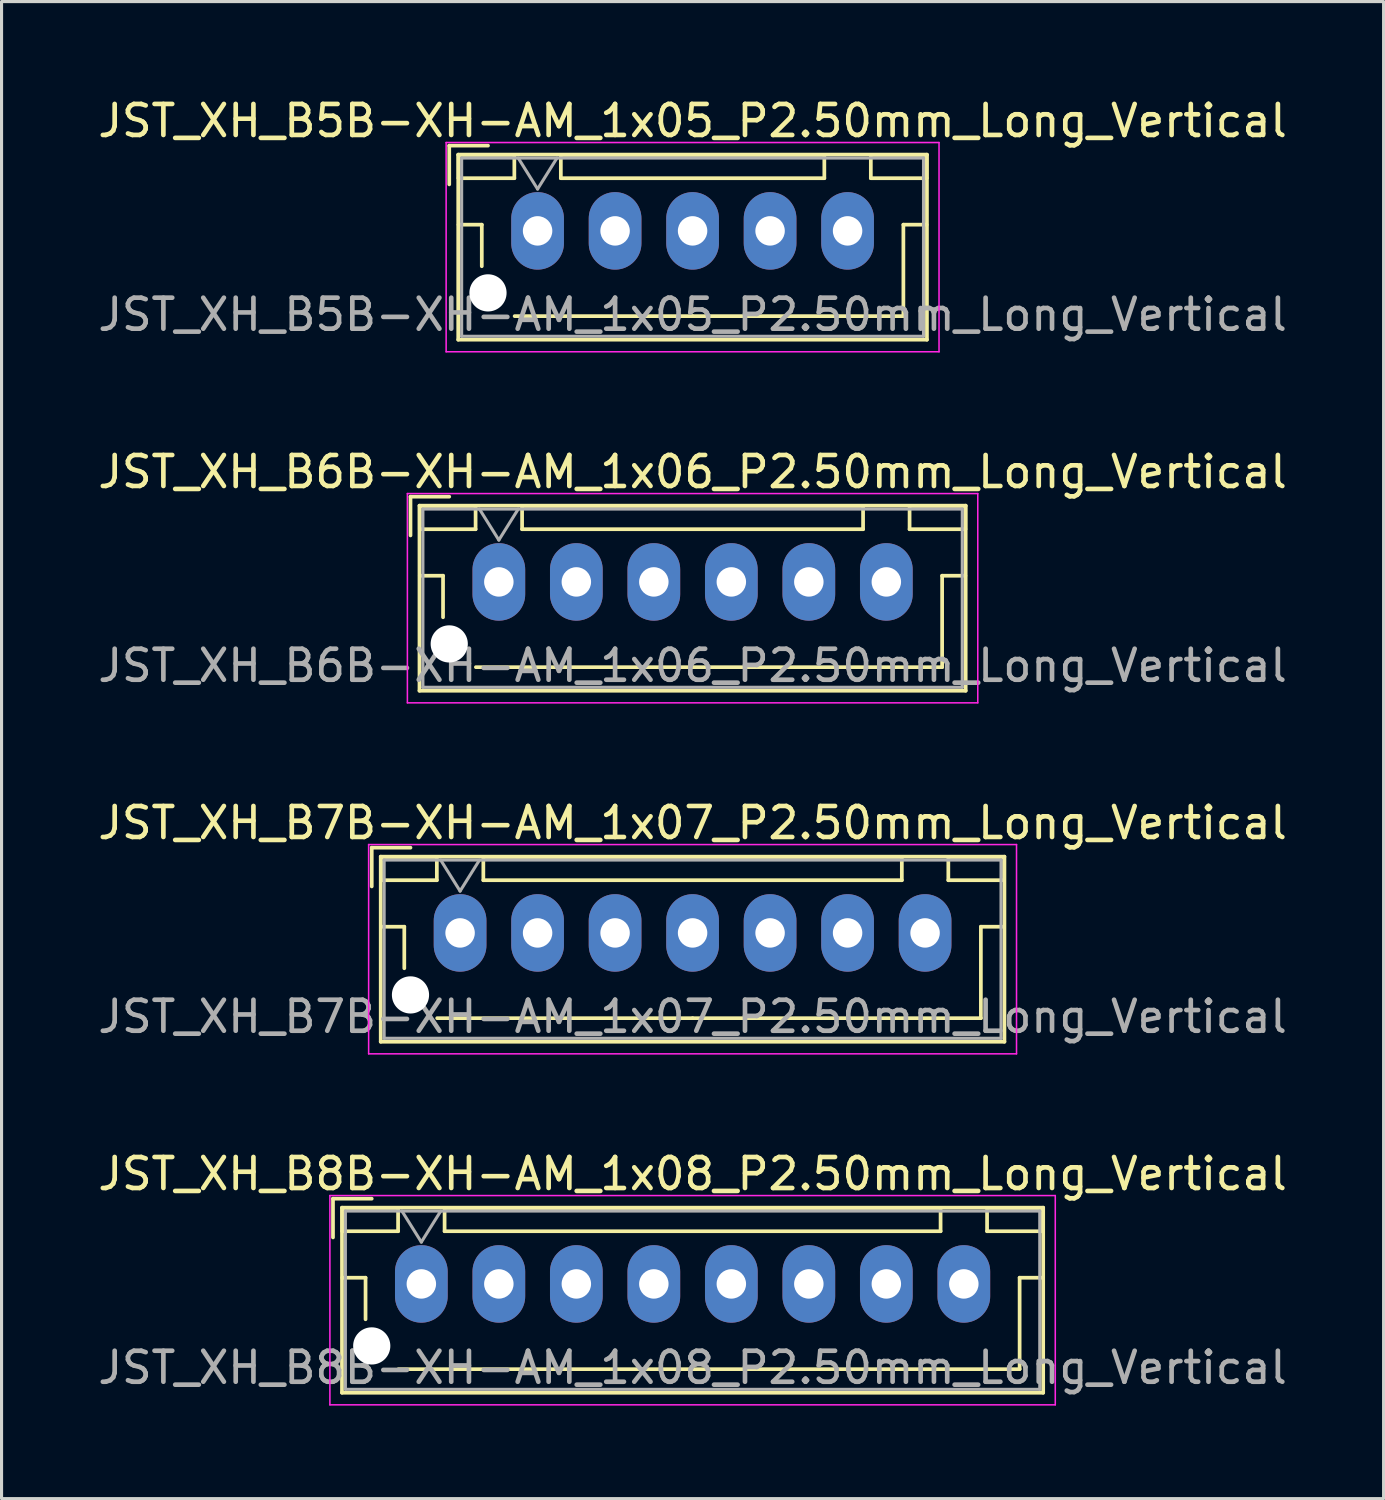
<source format=kicad_pcb>
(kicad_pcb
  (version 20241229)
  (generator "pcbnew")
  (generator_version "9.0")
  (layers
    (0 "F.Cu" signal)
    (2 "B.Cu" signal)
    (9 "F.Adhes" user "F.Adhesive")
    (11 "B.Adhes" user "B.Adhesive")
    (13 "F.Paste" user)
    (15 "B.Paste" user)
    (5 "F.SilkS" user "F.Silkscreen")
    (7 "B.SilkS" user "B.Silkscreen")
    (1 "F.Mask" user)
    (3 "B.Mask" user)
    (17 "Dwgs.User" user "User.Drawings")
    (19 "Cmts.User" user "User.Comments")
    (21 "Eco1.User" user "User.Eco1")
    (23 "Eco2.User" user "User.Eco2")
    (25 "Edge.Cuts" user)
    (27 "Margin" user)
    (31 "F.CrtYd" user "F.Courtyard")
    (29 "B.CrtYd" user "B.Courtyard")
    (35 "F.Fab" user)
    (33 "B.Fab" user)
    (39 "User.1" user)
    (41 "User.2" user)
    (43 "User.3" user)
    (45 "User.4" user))
  (footprint "JST_XH_B6B-XH-AM_1x06_P2.50mm_Long_Vertical"
    (layer "F.Cu")
    (at 13.042 15.722)
    (property "Reference" "JST_XH_B6B-XH-AM_1x06_P2.50mm_Long_Vertical" (at 6.25 -3.55 0) (layer "F.SilkS") (effects (font (size 1 1) (thickness 0.15))))
    (attr through_hole)
    (fp_line (start -2.85 -2.75) (end -2.85 -1.5) (stroke (width 0.12) (type solid)) (layer "F.SilkS"))
    (fp_line (start -2.56 -2.46) (end -2.56 3.51) (stroke (width 0.12) (type solid)) (layer "F.SilkS"))
    (fp_line (start -2.56 3.51) (end 15.06 3.51) (stroke (width 0.12) (type solid)) (layer "F.SilkS"))
    (fp_line (start -2.55 -2.45) (end -2.55 -1.7) (stroke (width 0.12) (type solid)) (layer "F.SilkS"))
    (fp_line (start -2.55 -1.7) (end -0.75 -1.7) (stroke (width 0.12) (type solid)) (layer "F.SilkS"))
    (fp_line (start -2.55 -0.2) (end -1.8 -0.2) (stroke (width 0.12) (type solid)) (layer "F.SilkS"))
    (fp_line (start -1.8 -0.2) (end -1.8 1.14) (stroke (width 0.12) (type solid)) (layer "F.SilkS"))
    (fp_line (start -1.6 -2.75) (end -2.85 -2.75) (stroke (width 0.12) (type solid)) (layer "F.SilkS"))
    (fp_line (start -0.75 -2.45) (end -2.55 -2.45) (stroke (width 0.12) (type solid)) (layer "F.SilkS"))
    (fp_line (start -0.75 -1.7) (end -0.75 -2.45) (stroke (width 0.12) (type solid)) (layer "F.SilkS"))
    (fp_line (start 0.75 -2.45) (end 0.75 -1.7) (stroke (width 0.12) (type solid)) (layer "F.SilkS"))
    (fp_line (start 0.75 -1.7) (end 11.75 -1.7) (stroke (width 0.12) (type solid)) (layer "F.SilkS"))
    (fp_line (start 6.25 2.75) (end -0.74 2.75) (stroke (width 0.12) (type solid)) (layer "F.SilkS"))
    (fp_line (start 11.75 -2.45) (end 0.75 -2.45) (stroke (width 0.12) (type solid)) (layer "F.SilkS"))
    (fp_line (start 11.75 -1.7) (end 11.75 -2.45) (stroke (width 0.12) (type solid)) (layer "F.SilkS"))
    (fp_line (start 13.25 -2.45) (end 13.25 -1.7) (stroke (width 0.12) (type solid)) (layer "F.SilkS"))
    (fp_line (start 13.25 -1.7) (end 15.05 -1.7) (stroke (width 0.12) (type solid)) (layer "F.SilkS"))
    (fp_line (start 14.3 -0.2) (end 14.3 2.75) (stroke (width 0.12) (type solid)) (layer "F.SilkS"))
    (fp_line (start 14.3 2.75) (end 6.25 2.75) (stroke (width 0.12) (type solid)) (layer "F.SilkS"))
    (fp_line (start 15.05 -2.45) (end 13.25 -2.45) (stroke (width 0.12) (type solid)) (layer "F.SilkS"))
    (fp_line (start 15.05 -1.7) (end 15.05 -2.45) (stroke (width 0.12) (type solid)) (layer "F.SilkS"))
    (fp_line (start 15.05 -0.2) (end 14.3 -0.2) (stroke (width 0.12) (type solid)) (layer "F.SilkS"))
    (fp_line (start 15.06 -2.46) (end -2.56 -2.46) (stroke (width 0.12) (type solid)) (layer "F.SilkS"))
    (fp_line (start 15.06 3.51) (end 15.06 -2.46) (stroke (width 0.12) (type solid)) (layer "F.SilkS"))
    (fp_line (start -2.95 -2.85) (end -2.95 3.9) (stroke (width 0.05) (type solid)) (layer "F.CrtYd"))
    (fp_line (start -2.95 3.9) (end 15.45 3.9) (stroke (width 0.05) (type solid)) (layer "F.CrtYd"))
    (fp_line (start 15.45 -2.85) (end -2.95 -2.85) (stroke (width 0.05) (type solid)) (layer "F.CrtYd"))
    (fp_line (start 15.45 3.9) (end 15.45 -2.85) (stroke (width 0.05) (type solid)) (layer "F.CrtYd"))
    (fp_line (start -2.45 -2.35) (end -2.45 3.4) (stroke (width 0.1) (type solid)) (layer "F.Fab"))
    (fp_line (start -2.45 3.4) (end 14.95 3.4) (stroke (width 0.1) (type solid)) (layer "F.Fab"))
    (fp_line (start -0.625 -2.35) (end 0 -1.35) (stroke (width 0.1) (type solid)) (layer "F.Fab"))
    (fp_line (start 0 -1.35) (end 0.625 -2.35) (stroke (width 0.1) (type solid)) (layer "F.Fab"))
    (fp_line (start 14.95 -2.35) (end -2.45 -2.35) (stroke (width 0.1) (type solid)) (layer "F.Fab"))
    (fp_line (start 14.95 3.4) (end 14.95 -2.35) (stroke (width 0.1) (type solid)) (layer "F.Fab"))
    (fp_text user "${REFERENCE}" (at 6.25 2.7 0) (layer "F.Fab") (effects (font (size 1 1) (thickness 0.15))))
    (pad "" np_thru_hole circle (at -1.6 2) (size 1.2 1.2) (drill 1.2) (layers "*.Cu" "*.Mask"))
    (pad "1" thru_hole oval (at 0 0) (size 1.7 2.5) (drill 0.95) (layers "*.Cu" "*.Mask"))
    (pad "2" thru_hole oval (at 2.5 0) (size 1.7 2.5) (drill 0.95) (layers "*.Cu" "*.Mask"))
    (pad "3" thru_hole oval (at 5 0) (size 1.7 2.5) (drill 0.95) (layers "*.Cu" "*.Mask"))
    (pad "4" thru_hole oval (at 7.5 0) (size 1.7 2.5) (drill 0.95) (layers "*.Cu" "*.Mask"))
    (pad "5" thru_hole oval (at 10 0) (size 1.7 2.5) (drill 0.95) (layers "*.Cu" "*.Mask"))
    (pad "6" thru_hole oval (at 12.5 0) (size 1.7 2.5) (drill 0.95) (layers "*.Cu" "*.Mask")))
  (footprint "JST_XH_B8B-XH-AM_1x08_P2.50mm_Long_Vertical"
    (layer "F.Cu")
    (at 10.542 38.368)
    (property "Reference" "JST_XH_B8B-XH-AM_1x08_P2.50mm_Long_Vertical" (at 8.75 -3.55 0) (layer "F.SilkS") (effects (font (size 1 1) (thickness 0.15))))
    (attr through_hole)
    (fp_line (start -2.85 -2.75) (end -2.85 -1.5) (stroke (width 0.12) (type solid)) (layer "F.SilkS"))
    (fp_line (start -2.56 -2.46) (end -2.56 3.51) (stroke (width 0.12) (type solid)) (layer "F.SilkS"))
    (fp_line (start -2.56 3.51) (end 20.06 3.51) (stroke (width 0.12) (type solid)) (layer "F.SilkS"))
    (fp_line (start -2.55 -2.45) (end -2.55 -1.7) (stroke (width 0.12) (type solid)) (layer "F.SilkS"))
    (fp_line (start -2.55 -1.7) (end -0.75 -1.7) (stroke (width 0.12) (type solid)) (layer "F.SilkS"))
    (fp_line (start -2.55 -0.2) (end -1.8 -0.2) (stroke (width 0.12) (type solid)) (layer "F.SilkS"))
    (fp_line (start -1.8 -0.2) (end -1.8 1.14) (stroke (width 0.12) (type solid)) (layer "F.SilkS"))
    (fp_line (start -1.6 -2.75) (end -2.85 -2.75) (stroke (width 0.12) (type solid)) (layer "F.SilkS"))
    (fp_line (start -0.75 -2.45) (end -2.55 -2.45) (stroke (width 0.12) (type solid)) (layer "F.SilkS"))
    (fp_line (start -0.75 -1.7) (end -0.75 -2.45) (stroke (width 0.12) (type solid)) (layer "F.SilkS"))
    (fp_line (start 0.75 -2.45) (end 0.75 -1.7) (stroke (width 0.12) (type solid)) (layer "F.SilkS"))
    (fp_line (start 0.75 -1.7) (end 16.75 -1.7) (stroke (width 0.12) (type solid)) (layer "F.SilkS"))
    (fp_line (start 8.75 2.75) (end -0.74 2.75) (stroke (width 0.12) (type solid)) (layer "F.SilkS"))
    (fp_line (start 16.75 -2.45) (end 0.75 -2.45) (stroke (width 0.12) (type solid)) (layer "F.SilkS"))
    (fp_line (start 16.75 -1.7) (end 16.75 -2.45) (stroke (width 0.12) (type solid)) (layer "F.SilkS"))
    (fp_line (start 18.25 -2.45) (end 18.25 -1.7) (stroke (width 0.12) (type solid)) (layer "F.SilkS"))
    (fp_line (start 18.25 -1.7) (end 20.05 -1.7) (stroke (width 0.12) (type solid)) (layer "F.SilkS"))
    (fp_line (start 19.3 -0.2) (end 19.3 2.75) (stroke (width 0.12) (type solid)) (layer "F.SilkS"))
    (fp_line (start 19.3 2.75) (end 8.75 2.75) (stroke (width 0.12) (type solid)) (layer "F.SilkS"))
    (fp_line (start 20.05 -2.45) (end 18.25 -2.45) (stroke (width 0.12) (type solid)) (layer "F.SilkS"))
    (fp_line (start 20.05 -1.7) (end 20.05 -2.45) (stroke (width 0.12) (type solid)) (layer "F.SilkS"))
    (fp_line (start 20.05 -0.2) (end 19.3 -0.2) (stroke (width 0.12) (type solid)) (layer "F.SilkS"))
    (fp_line (start 20.06 -2.46) (end -2.56 -2.46) (stroke (width 0.12) (type solid)) (layer "F.SilkS"))
    (fp_line (start 20.06 3.51) (end 20.06 -2.46) (stroke (width 0.12) (type solid)) (layer "F.SilkS"))
    (fp_line (start -2.95 -2.85) (end -2.95 3.9) (stroke (width 0.05) (type solid)) (layer "F.CrtYd"))
    (fp_line (start -2.95 3.9) (end 20.45 3.9) (stroke (width 0.05) (type solid)) (layer "F.CrtYd"))
    (fp_line (start 20.45 -2.85) (end -2.95 -2.85) (stroke (width 0.05) (type solid)) (layer "F.CrtYd"))
    (fp_line (start 20.45 3.9) (end 20.45 -2.85) (stroke (width 0.05) (type solid)) (layer "F.CrtYd"))
    (fp_line (start -2.45 -2.35) (end -2.45 3.4) (stroke (width 0.1) (type solid)) (layer "F.Fab"))
    (fp_line (start -2.45 3.4) (end 19.95 3.4) (stroke (width 0.1) (type solid)) (layer "F.Fab"))
    (fp_line (start -0.625 -2.35) (end 0 -1.35) (stroke (width 0.1) (type solid)) (layer "F.Fab"))
    (fp_line (start 0 -1.35) (end 0.625 -2.35) (stroke (width 0.1) (type solid)) (layer "F.Fab"))
    (fp_line (start 19.95 -2.35) (end -2.45 -2.35) (stroke (width 0.1) (type solid)) (layer "F.Fab"))
    (fp_line (start 19.95 3.4) (end 19.95 -2.35) (stroke (width 0.1) (type solid)) (layer "F.Fab"))
    (fp_text user "${REFERENCE}" (at 8.75 2.7 0) (layer "F.Fab") (effects (font (size 1 1) (thickness 0.15))))
    (pad "" np_thru_hole circle (at -1.6 2) (size 1.2 1.2) (drill 1.2) (layers "*.Cu" "*.Mask"))
    (pad "1" thru_hole oval (at 0 0) (size 1.7 2.5) (drill 0.95) (layers "*.Cu" "*.Mask"))
    (pad "2" thru_hole oval (at 2.5 0) (size 1.7 2.5) (drill 0.95) (layers "*.Cu" "*.Mask"))
    (pad "3" thru_hole oval (at 5 0) (size 1.7 2.5) (drill 0.95) (layers "*.Cu" "*.Mask"))
    (pad "4" thru_hole oval (at 7.5 0) (size 1.7 2.5) (drill 0.95) (layers "*.Cu" "*.Mask"))
    (pad "5" thru_hole oval (at 10 0) (size 1.7 2.5) (drill 0.95) (layers "*.Cu" "*.Mask"))
    (pad "6" thru_hole oval (at 12.5 0) (size 1.7 2.5) (drill 0.95) (layers "*.Cu" "*.Mask"))
    (pad "7" thru_hole oval (at 15 0) (size 1.7 2.5) (drill 0.95) (layers "*.Cu" "*.Mask"))
    (pad "8" thru_hole oval (at 17.5 0) (size 1.7 2.5) (drill 0.95) (layers "*.Cu" "*.Mask")))
  (footprint "JST_XH_B5B-XH-AM_1x05_P2.50mm_Long_Vertical"
    (layer "F.Cu")
    (at 14.292 4.398)
    (property "Reference" "JST_XH_B5B-XH-AM_1x05_P2.50mm_Long_Vertical" (at 5 -3.55 0) (layer "F.SilkS") (effects (font (size 1 1) (thickness 0.15))))
    (attr through_hole)
    (fp_line (start -2.85 -2.75) (end -2.85 -1.5) (stroke (width 0.12) (type solid)) (layer "F.SilkS"))
    (fp_line (start -2.56 -2.46) (end -2.56 3.51) (stroke (width 0.12) (type solid)) (layer "F.SilkS"))
    (fp_line (start -2.56 3.51) (end 12.56 3.51) (stroke (width 0.12) (type solid)) (layer "F.SilkS"))
    (fp_line (start -2.55 -2.45) (end -2.55 -1.7) (stroke (width 0.12) (type solid)) (layer "F.SilkS"))
    (fp_line (start -2.55 -1.7) (end -0.75 -1.7) (stroke (width 0.12) (type solid)) (layer "F.SilkS"))
    (fp_line (start -2.55 -0.2) (end -1.8 -0.2) (stroke (width 0.12) (type solid)) (layer "F.SilkS"))
    (fp_line (start -1.8 -0.2) (end -1.8 1.14) (stroke (width 0.12) (type solid)) (layer "F.SilkS"))
    (fp_line (start -1.6 -2.75) (end -2.85 -2.75) (stroke (width 0.12) (type solid)) (layer "F.SilkS"))
    (fp_line (start -0.75 -2.45) (end -2.55 -2.45) (stroke (width 0.12) (type solid)) (layer "F.SilkS"))
    (fp_line (start -0.75 -1.7) (end -0.75 -2.45) (stroke (width 0.12) (type solid)) (layer "F.SilkS"))
    (fp_line (start 0.75 -2.45) (end 0.75 -1.7) (stroke (width 0.12) (type solid)) (layer "F.SilkS"))
    (fp_line (start 0.75 -1.7) (end 9.25 -1.7) (stroke (width 0.12) (type solid)) (layer "F.SilkS"))
    (fp_line (start 5 2.75) (end -0.74 2.75) (stroke (width 0.12) (type solid)) (layer "F.SilkS"))
    (fp_line (start 9.25 -2.45) (end 0.75 -2.45) (stroke (width 0.12) (type solid)) (layer "F.SilkS"))
    (fp_line (start 9.25 -1.7) (end 9.25 -2.45) (stroke (width 0.12) (type solid)) (layer "F.SilkS"))
    (fp_line (start 10.75 -2.45) (end 10.75 -1.7) (stroke (width 0.12) (type solid)) (layer "F.SilkS"))
    (fp_line (start 10.75 -1.7) (end 12.55 -1.7) (stroke (width 0.12) (type solid)) (layer "F.SilkS"))
    (fp_line (start 11.8 -0.2) (end 11.8 2.75) (stroke (width 0.12) (type solid)) (layer "F.SilkS"))
    (fp_line (start 11.8 2.75) (end 5 2.75) (stroke (width 0.12) (type solid)) (layer "F.SilkS"))
    (fp_line (start 12.55 -2.45) (end 10.75 -2.45) (stroke (width 0.12) (type solid)) (layer "F.SilkS"))
    (fp_line (start 12.55 -1.7) (end 12.55 -2.45) (stroke (width 0.12) (type solid)) (layer "F.SilkS"))
    (fp_line (start 12.55 -0.2) (end 11.8 -0.2) (stroke (width 0.12) (type solid)) (layer "F.SilkS"))
    (fp_line (start 12.56 -2.46) (end -2.56 -2.46) (stroke (width 0.12) (type solid)) (layer "F.SilkS"))
    (fp_line (start 12.56 3.51) (end 12.56 -2.46) (stroke (width 0.12) (type solid)) (layer "F.SilkS"))
    (fp_line (start -2.95 -2.85) (end -2.95 3.9) (stroke (width 0.05) (type solid)) (layer "F.CrtYd"))
    (fp_line (start -2.95 3.9) (end 12.95 3.9) (stroke (width 0.05) (type solid)) (layer "F.CrtYd"))
    (fp_line (start 12.95 -2.85) (end -2.95 -2.85) (stroke (width 0.05) (type solid)) (layer "F.CrtYd"))
    (fp_line (start 12.95 3.9) (end 12.95 -2.85) (stroke (width 0.05) (type solid)) (layer "F.CrtYd"))
    (fp_line (start -2.45 -2.35) (end -2.45 3.4) (stroke (width 0.1) (type solid)) (layer "F.Fab"))
    (fp_line (start -2.45 3.4) (end 12.45 3.4) (stroke (width 0.1) (type solid)) (layer "F.Fab"))
    (fp_line (start -0.625 -2.35) (end 0 -1.35) (stroke (width 0.1) (type solid)) (layer "F.Fab"))
    (fp_line (start 0 -1.35) (end 0.625 -2.35) (stroke (width 0.1) (type solid)) (layer "F.Fab"))
    (fp_line (start 12.45 -2.35) (end -2.45 -2.35) (stroke (width 0.1) (type solid)) (layer "F.Fab"))
    (fp_line (start 12.45 3.4) (end 12.45 -2.35) (stroke (width 0.1) (type solid)) (layer "F.Fab"))
    (fp_text user "${REFERENCE}" (at 5 2.7 0) (layer "F.Fab") (effects (font (size 1 1) (thickness 0.15))))
    (pad "" np_thru_hole circle (at -1.6 2) (size 1.2 1.2) (drill 1.2) (layers "*.Cu" "*.Mask"))
    (pad "1" thru_hole oval (at 0 0) (size 1.7 2.5) (drill 0.95) (layers "*.Cu" "*.Mask"))
    (pad "2" thru_hole oval (at 2.5 0) (size 1.7 2.5) (drill 0.95) (layers "*.Cu" "*.Mask"))
    (pad "3" thru_hole oval (at 5 0) (size 1.7 2.5) (drill 0.95) (layers "*.Cu" "*.Mask"))
    (pad "4" thru_hole oval (at 7.5 0) (size 1.7 2.5) (drill 0.95) (layers "*.Cu" "*.Mask"))
    (pad "5" thru_hole oval (at 10 0) (size 1.7 2.5) (drill 0.95) (layers "*.Cu" "*.Mask")))
  (footprint "JST_XH_B7B-XH-AM_1x07_P2.50mm_Long_Vertical"
    (layer "F.Cu")
    (at 11.792 27.045)
    (property "Reference" "JST_XH_B7B-XH-AM_1x07_P2.50mm_Long_Vertical" (at 7.5 -3.55 0) (layer "F.SilkS") (effects (font (size 1 1) (thickness 0.15))))
    (attr through_hole)
    (fp_line (start -2.85 -2.75) (end -2.85 -1.5) (stroke (width 0.12) (type solid)) (layer "F.SilkS"))
    (fp_line (start -2.56 -2.46) (end -2.56 3.51) (stroke (width 0.12) (type solid)) (layer "F.SilkS"))
    (fp_line (start -2.56 3.51) (end 17.56 3.51) (stroke (width 0.12) (type solid)) (layer "F.SilkS"))
    (fp_line (start -2.55 -2.45) (end -2.55 -1.7) (stroke (width 0.12) (type solid)) (layer "F.SilkS"))
    (fp_line (start -2.55 -1.7) (end -0.75 -1.7) (stroke (width 0.12) (type solid)) (layer "F.SilkS"))
    (fp_line (start -2.55 -0.2) (end -1.8 -0.2) (stroke (width 0.12) (type solid)) (layer "F.SilkS"))
    (fp_line (start -1.8 -0.2) (end -1.8 1.14) (stroke (width 0.12) (type solid)) (layer "F.SilkS"))
    (fp_line (start -1.6 -2.75) (end -2.85 -2.75) (stroke (width 0.12) (type solid)) (layer "F.SilkS"))
    (fp_line (start -0.75 -2.45) (end -2.55 -2.45) (stroke (width 0.12) (type solid)) (layer "F.SilkS"))
    (fp_line (start -0.75 -1.7) (end -0.75 -2.45) (stroke (width 0.12) (type solid)) (layer "F.SilkS"))
    (fp_line (start 0.75 -2.45) (end 0.75 -1.7) (stroke (width 0.12) (type solid)) (layer "F.SilkS"))
    (fp_line (start 0.75 -1.7) (end 14.25 -1.7) (stroke (width 0.12) (type solid)) (layer "F.SilkS"))
    (fp_line (start 7.5 2.75) (end -0.74 2.75) (stroke (width 0.12) (type solid)) (layer "F.SilkS"))
    (fp_line (start 14.25 -2.45) (end 0.75 -2.45) (stroke (width 0.12) (type solid)) (layer "F.SilkS"))
    (fp_line (start 14.25 -1.7) (end 14.25 -2.45) (stroke (width 0.12) (type solid)) (layer "F.SilkS"))
    (fp_line (start 15.75 -2.45) (end 15.75 -1.7) (stroke (width 0.12) (type solid)) (layer "F.SilkS"))
    (fp_line (start 15.75 -1.7) (end 17.55 -1.7) (stroke (width 0.12) (type solid)) (layer "F.SilkS"))
    (fp_line (start 16.8 -0.2) (end 16.8 2.75) (stroke (width 0.12) (type solid)) (layer "F.SilkS"))
    (fp_line (start 16.8 2.75) (end 7.5 2.75) (stroke (width 0.12) (type solid)) (layer "F.SilkS"))
    (fp_line (start 17.55 -2.45) (end 15.75 -2.45) (stroke (width 0.12) (type solid)) (layer "F.SilkS"))
    (fp_line (start 17.55 -1.7) (end 17.55 -2.45) (stroke (width 0.12) (type solid)) (layer "F.SilkS"))
    (fp_line (start 17.55 -0.2) (end 16.8 -0.2) (stroke (width 0.12) (type solid)) (layer "F.SilkS"))
    (fp_line (start 17.56 -2.46) (end -2.56 -2.46) (stroke (width 0.12) (type solid)) (layer "F.SilkS"))
    (fp_line (start 17.56 3.51) (end 17.56 -2.46) (stroke (width 0.12) (type solid)) (layer "F.SilkS"))
    (fp_line (start -2.95 -2.85) (end -2.95 3.9) (stroke (width 0.05) (type solid)) (layer "F.CrtYd"))
    (fp_line (start -2.95 3.9) (end 17.95 3.9) (stroke (width 0.05) (type solid)) (layer "F.CrtYd"))
    (fp_line (start 17.95 -2.85) (end -2.95 -2.85) (stroke (width 0.05) (type solid)) (layer "F.CrtYd"))
    (fp_line (start 17.95 3.9) (end 17.95 -2.85) (stroke (width 0.05) (type solid)) (layer "F.CrtYd"))
    (fp_line (start -2.45 -2.35) (end -2.45 3.4) (stroke (width 0.1) (type solid)) (layer "F.Fab"))
    (fp_line (start -2.45 3.4) (end 17.45 3.4) (stroke (width 0.1) (type solid)) (layer "F.Fab"))
    (fp_line (start -0.625 -2.35) (end 0 -1.35) (stroke (width 0.1) (type solid)) (layer "F.Fab"))
    (fp_line (start 0 -1.35) (end 0.625 -2.35) (stroke (width 0.1) (type solid)) (layer "F.Fab"))
    (fp_line (start 17.45 -2.35) (end -2.45 -2.35) (stroke (width 0.1) (type solid)) (layer "F.Fab"))
    (fp_line (start 17.45 3.4) (end 17.45 -2.35) (stroke (width 0.1) (type solid)) (layer "F.Fab"))
    (fp_text user "${REFERENCE}" (at 7.5 2.7 0) (layer "F.Fab") (effects (font (size 1 1) (thickness 0.15))))
    (pad "" np_thru_hole circle (at -1.6 2) (size 1.2 1.2) (drill 1.2) (layers "*.Cu" "*.Mask"))
    (pad "1" thru_hole oval (at 0 0) (size 1.7 2.5) (drill 0.95) (layers "*.Cu" "*.Mask"))
    (pad "2" thru_hole oval (at 2.5 0) (size 1.7 2.5) (drill 0.95) (layers "*.Cu" "*.Mask"))
    (pad "3" thru_hole oval (at 5 0) (size 1.7 2.5) (drill 0.95) (layers "*.Cu" "*.Mask"))
    (pad "4" thru_hole oval (at 7.5 0) (size 1.7 2.5) (drill 0.95) (layers "*.Cu" "*.Mask"))
    (pad "5" thru_hole oval (at 10 0) (size 1.7 2.5) (drill 0.95) (layers "*.Cu" "*.Mask"))
    (pad "6" thru_hole oval (at 12.5 0) (size 1.7 2.5) (drill 0.95) (layers "*.Cu" "*.Mask"))
    (pad "7" thru_hole oval (at 15 0) (size 1.7 2.5) (drill 0.95) (layers "*.Cu" "*.Mask")))
  (gr_rect
    (start -3 -3)
    (end 41.583 45.293)
    (stroke (width 0.1) (type default))
    (fill no)
    (layer "Edge.Cuts")))
</source>
